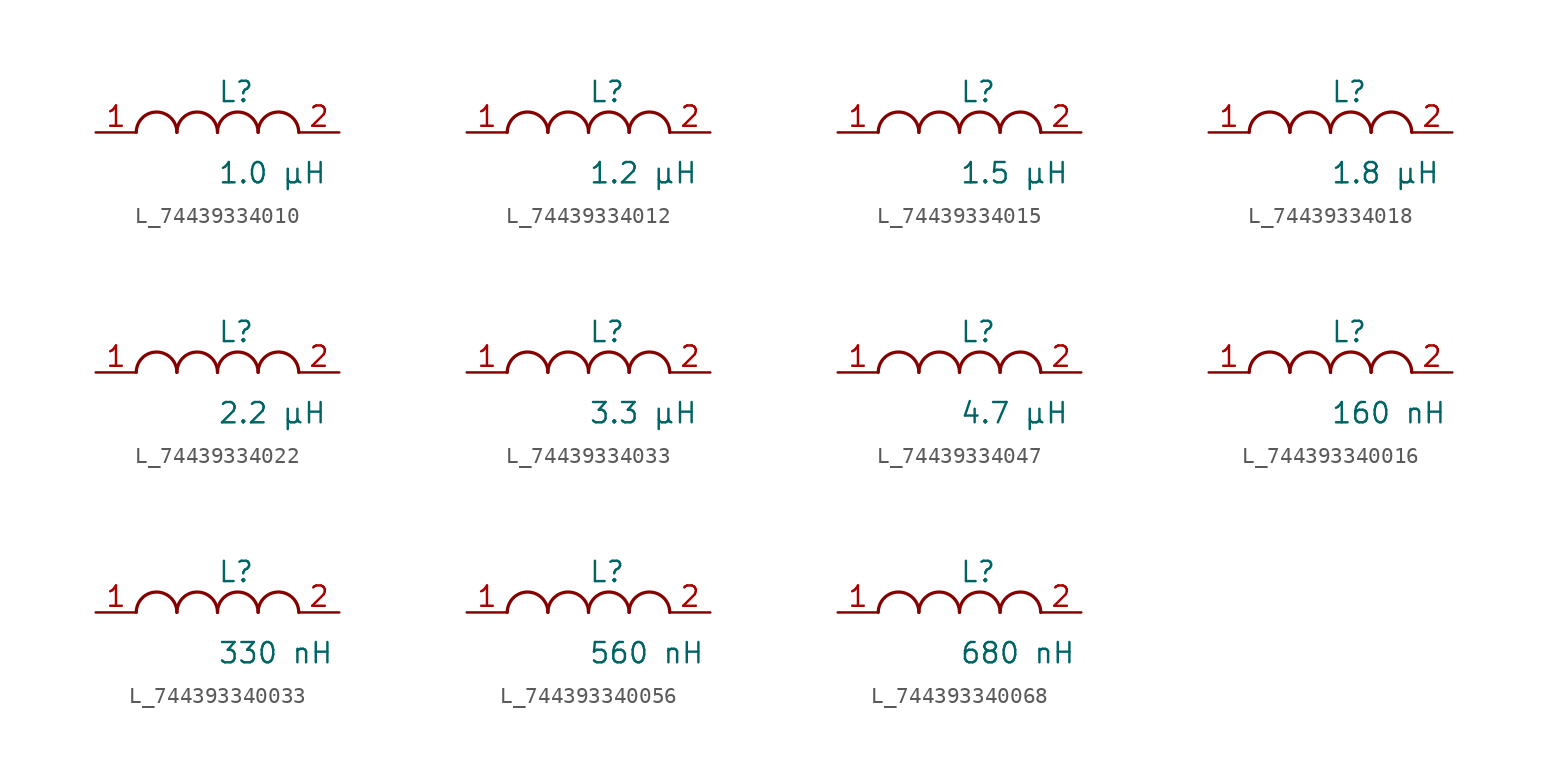
<source format=kicad_sym>
(kicad_symbol_lib
  (version 20231120)
  (generator kicad_symbol_editor)
  (generator_version 8.0)
  (symbol "L_74439334010"
    (pin_names
      (offset 0.254))
    (property "Reference" "L"
      (at 0 2.54 0)
      (effects (font (size 1.27 1.27)) (justify left)))
    (property "Value" "1.0 µH"
      (at 0 -2.54 0)
      (effects (font (size 1.27 1.27)) (justify left)))
    (symbol "L_74439334010_1_1"
      (arc (start -2.54 0.0056) (mid -3.81 1.27) (end -5.08 0.0056) (stroke (width 0.2032) (type default)) (fill (type none)))
      (arc (start 0 0.0056) (mid -1.27 1.27) (end -2.54 0.0056) (stroke (width 0.2032) (type default)) (fill (type none)))
      (arc (start 2.54 0.0056) (mid 1.27 1.27) (end 0 0.0056) (stroke (width 0.2032) (type default)) (fill (type none)))
      (arc (start 5.08 0.0056) (mid 3.81 1.27) (end 2.54 0.0056) (stroke (width 0.2032) (type default)) (fill (type none)))
      (pin unspecified line (at -7.62 0 0) (length 2.54) (name "" (effects (font (size 1.27 1.27)))) (number "1" (effects (font (size 1.27 1.27)))))
      (pin unspecified line (at 7.62 0 180) (length 2.54) (name "" (effects (font (size 1.27 1.27)))) (number "2" (effects (font (size 1.27 1.27)))))))
  (symbol "L_74439334012"
    (pin_names
      (offset 0.254))
    (property "Reference" "L"
      (at 0 2.54 0)
      (effects (font (size 1.27 1.27)) (justify left)))
    (property "Value" "1.2 µH"
      (at 0 -2.54 0)
      (effects (font (size 1.27 1.27)) (justify left)))
    (symbol "L_74439334012_1_1"
      (arc (start -2.54 0.0056) (mid -3.81 1.27) (end -5.08 0.0056) (stroke (width 0.2032) (type default)) (fill (type none)))
      (arc (start 0 0.0056) (mid -1.27 1.27) (end -2.54 0.0056) (stroke (width 0.2032) (type default)) (fill (type none)))
      (arc (start 2.54 0.0056) (mid 1.27 1.27) (end 0 0.0056) (stroke (width 0.2032) (type default)) (fill (type none)))
      (arc (start 5.08 0.0056) (mid 3.81 1.27) (end 2.54 0.0056) (stroke (width 0.2032) (type default)) (fill (type none)))
      (pin unspecified line (at -7.62 0 0) (length 2.54) (name "" (effects (font (size 1.27 1.27)))) (number "1" (effects (font (size 1.27 1.27)))))
      (pin unspecified line (at 7.62 0 180) (length 2.54) (name "" (effects (font (size 1.27 1.27)))) (number "2" (effects (font (size 1.27 1.27)))))))
  (symbol "L_74439334015"
    (pin_names
      (offset 0.254))
    (property "Reference" "L"
      (at 0 2.54 0)
      (effects (font (size 1.27 1.27)) (justify left)))
    (property "Value" "1.5 µH"
      (at 0 -2.54 0)
      (effects (font (size 1.27 1.27)) (justify left)))
    (symbol "L_74439334015_1_1"
      (arc (start -2.54 0.0056) (mid -3.81 1.27) (end -5.08 0.0056) (stroke (width 0.2032) (type default)) (fill (type none)))
      (arc (start 0 0.0056) (mid -1.27 1.27) (end -2.54 0.0056) (stroke (width 0.2032) (type default)) (fill (type none)))
      (arc (start 2.54 0.0056) (mid 1.27 1.27) (end 0 0.0056) (stroke (width 0.2032) (type default)) (fill (type none)))
      (arc (start 5.08 0.0056) (mid 3.81 1.27) (end 2.54 0.0056) (stroke (width 0.2032) (type default)) (fill (type none)))
      (pin unspecified line (at -7.62 0 0) (length 2.54) (name "" (effects (font (size 1.27 1.27)))) (number "1" (effects (font (size 1.27 1.27)))))
      (pin unspecified line (at 7.62 0 180) (length 2.54) (name "" (effects (font (size 1.27 1.27)))) (number "2" (effects (font (size 1.27 1.27)))))))
  (symbol "L_74439334018"
    (pin_names
      (offset 0.254))
    (property "Reference" "L"
      (at 0 2.54 0)
      (effects (font (size 1.27 1.27)) (justify left)))
    (property "Value" "1.8 µH"
      (at 0 -2.54 0)
      (effects (font (size 1.27 1.27)) (justify left)))
    (symbol "L_74439334018_1_1"
      (arc (start -2.54 0.0056) (mid -3.81 1.27) (end -5.08 0.0056) (stroke (width 0.2032) (type default)) (fill (type none)))
      (arc (start 0 0.0056) (mid -1.27 1.27) (end -2.54 0.0056) (stroke (width 0.2032) (type default)) (fill (type none)))
      (arc (start 2.54 0.0056) (mid 1.27 1.27) (end 0 0.0056) (stroke (width 0.2032) (type default)) (fill (type none)))
      (arc (start 5.08 0.0056) (mid 3.81 1.27) (end 2.54 0.0056) (stroke (width 0.2032) (type default)) (fill (type none)))
      (pin unspecified line (at -7.62 0 0) (length 2.54) (name "" (effects (font (size 1.27 1.27)))) (number "1" (effects (font (size 1.27 1.27)))))
      (pin unspecified line (at 7.62 0 180) (length 2.54) (name "" (effects (font (size 1.27 1.27)))) (number "2" (effects (font (size 1.27 1.27)))))))
  (symbol "L_74439334022"
    (pin_names
      (offset 0.254))
    (property "Reference" "L"
      (at 0 2.54 0)
      (effects (font (size 1.27 1.27)) (justify left)))
    (property "Value" "2.2 µH"
      (at 0 -2.54 0)
      (effects (font (size 1.27 1.27)) (justify left)))
    (symbol "L_74439334022_1_1"
      (arc (start -2.54 0.0056) (mid -3.81 1.27) (end -5.08 0.0056) (stroke (width 0.2032) (type default)) (fill (type none)))
      (arc (start 0 0.0056) (mid -1.27 1.27) (end -2.54 0.0056) (stroke (width 0.2032) (type default)) (fill (type none)))
      (arc (start 2.54 0.0056) (mid 1.27 1.27) (end 0 0.0056) (stroke (width 0.2032) (type default)) (fill (type none)))
      (arc (start 5.08 0.0056) (mid 3.81 1.27) (end 2.54 0.0056) (stroke (width 0.2032) (type default)) (fill (type none)))
      (pin unspecified line (at -7.62 0 0) (length 2.54) (name "" (effects (font (size 1.27 1.27)))) (number "1" (effects (font (size 1.27 1.27)))))
      (pin unspecified line (at 7.62 0 180) (length 2.54) (name "" (effects (font (size 1.27 1.27)))) (number "2" (effects (font (size 1.27 1.27)))))))
  (symbol "L_74439334033"
    (pin_names
      (offset 0.254))
    (property "Reference" "L"
      (at 0 2.54 0)
      (effects (font (size 1.27 1.27)) (justify left)))
    (property "Value" "3.3 µH"
      (at 0 -2.54 0)
      (effects (font (size 1.27 1.27)) (justify left)))
    (symbol "L_74439334033_1_1"
      (arc (start -2.54 0.0056) (mid -3.81 1.27) (end -5.08 0.0056) (stroke (width 0.2032) (type default)) (fill (type none)))
      (arc (start 0 0.0056) (mid -1.27 1.27) (end -2.54 0.0056) (stroke (width 0.2032) (type default)) (fill (type none)))
      (arc (start 2.54 0.0056) (mid 1.27 1.27) (end 0 0.0056) (stroke (width 0.2032) (type default)) (fill (type none)))
      (arc (start 5.08 0.0056) (mid 3.81 1.27) (end 2.54 0.0056) (stroke (width 0.2032) (type default)) (fill (type none)))
      (pin unspecified line (at -7.62 0 0) (length 2.54) (name "" (effects (font (size 1.27 1.27)))) (number "1" (effects (font (size 1.27 1.27)))))
      (pin unspecified line (at 7.62 0 180) (length 2.54) (name "" (effects (font (size 1.27 1.27)))) (number "2" (effects (font (size 1.27 1.27)))))))
  (symbol "L_74439334047"
    (pin_names
      (offset 0.254))
    (property "Reference" "L"
      (at 0 2.54 0)
      (effects (font (size 1.27 1.27)) (justify left)))
    (property "Value" "4.7 µH"
      (at 0 -2.54 0)
      (effects (font (size 1.27 1.27)) (justify left)))
    (symbol "L_74439334047_1_1"
      (arc (start -2.54 0.0056) (mid -3.81 1.27) (end -5.08 0.0056) (stroke (width 0.2032) (type default)) (fill (type none)))
      (arc (start 0 0.0056) (mid -1.27 1.27) (end -2.54 0.0056) (stroke (width 0.2032) (type default)) (fill (type none)))
      (arc (start 2.54 0.0056) (mid 1.27 1.27) (end 0 0.0056) (stroke (width 0.2032) (type default)) (fill (type none)))
      (arc (start 5.08 0.0056) (mid 3.81 1.27) (end 2.54 0.0056) (stroke (width 0.2032) (type default)) (fill (type none)))
      (pin unspecified line (at -7.62 0 0) (length 2.54) (name "" (effects (font (size 1.27 1.27)))) (number "1" (effects (font (size 1.27 1.27)))))
      (pin unspecified line (at 7.62 0 180) (length 2.54) (name "" (effects (font (size 1.27 1.27)))) (number "2" (effects (font (size 1.27 1.27)))))))
  (symbol "L_744393340016"
    (pin_names
      (offset 0.254))
    (property "Reference" "L"
      (at 0 2.54 0)
      (effects (font (size 1.27 1.27)) (justify left)))
    (property "Value" "160 nH"
      (at 0 -2.54 0)
      (effects (font (size 1.27 1.27)) (justify left)))
    (symbol "L_744393340016_1_1"
      (arc (start -2.54 0.0056) (mid -3.81 1.27) (end -5.08 0.0056) (stroke (width 0.2032) (type default)) (fill (type none)))
      (arc (start 0 0.0056) (mid -1.27 1.27) (end -2.54 0.0056) (stroke (width 0.2032) (type default)) (fill (type none)))
      (arc (start 2.54 0.0056) (mid 1.27 1.27) (end 0 0.0056) (stroke (width 0.2032) (type default)) (fill (type none)))
      (arc (start 5.08 0.0056) (mid 3.81 1.27) (end 2.54 0.0056) (stroke (width 0.2032) (type default)) (fill (type none)))
      (pin unspecified line (at -7.62 0 0) (length 2.54) (name "" (effects (font (size 1.27 1.27)))) (number "1" (effects (font (size 1.27 1.27)))))
      (pin unspecified line (at 7.62 0 180) (length 2.54) (name "" (effects (font (size 1.27 1.27)))) (number "2" (effects (font (size 1.27 1.27)))))))
  (symbol "L_744393340033"
    (pin_names
      (offset 0.254))
    (property "Reference" "L"
      (at 0 2.54 0)
      (effects (font (size 1.27 1.27)) (justify left)))
    (property "Value" "330 nH"
      (at 0 -2.54 0)
      (effects (font (size 1.27 1.27)) (justify left)))
    (symbol "L_744393340033_1_1"
      (arc (start -2.54 0.0056) (mid -3.81 1.27) (end -5.08 0.0056) (stroke (width 0.2032) (type default)) (fill (type none)))
      (arc (start 0 0.0056) (mid -1.27 1.27) (end -2.54 0.0056) (stroke (width 0.2032) (type default)) (fill (type none)))
      (arc (start 2.54 0.0056) (mid 1.27 1.27) (end 0 0.0056) (stroke (width 0.2032) (type default)) (fill (type none)))
      (arc (start 5.08 0.0056) (mid 3.81 1.27) (end 2.54 0.0056) (stroke (width 0.2032) (type default)) (fill (type none)))
      (pin unspecified line (at -7.62 0 0) (length 2.54) (name "" (effects (font (size 1.27 1.27)))) (number "1" (effects (font (size 1.27 1.27)))))
      (pin unspecified line (at 7.62 0 180) (length 2.54) (name "" (effects (font (size 1.27 1.27)))) (number "2" (effects (font (size 1.27 1.27)))))))
  (symbol "L_744393340056"
    (pin_names
      (offset 0.254))
    (property "Reference" "L"
      (at 0 2.54 0)
      (effects (font (size 1.27 1.27)) (justify left)))
    (property "Value" "560 nH"
      (at 0 -2.54 0)
      (effects (font (size 1.27 1.27)) (justify left)))
    (symbol "L_744393340056_1_1"
      (arc (start -2.54 0.0056) (mid -3.81 1.27) (end -5.08 0.0056) (stroke (width 0.2032) (type default)) (fill (type none)))
      (arc (start 0 0.0056) (mid -1.27 1.27) (end -2.54 0.0056) (stroke (width 0.2032) (type default)) (fill (type none)))
      (arc (start 2.54 0.0056) (mid 1.27 1.27) (end 0 0.0056) (stroke (width 0.2032) (type default)) (fill (type none)))
      (arc (start 5.08 0.0056) (mid 3.81 1.27) (end 2.54 0.0056) (stroke (width 0.2032) (type default)) (fill (type none)))
      (pin unspecified line (at -7.62 0 0) (length 2.54) (name "" (effects (font (size 1.27 1.27)))) (number "1" (effects (font (size 1.27 1.27)))))
      (pin unspecified line (at 7.62 0 180) (length 2.54) (name "" (effects (font (size 1.27 1.27)))) (number "2" (effects (font (size 1.27 1.27)))))))
  (symbol "L_744393340068"
    (pin_names
      (offset 0.254))
    (property "Reference" "L"
      (at 0 2.54 0)
      (effects (font (size 1.27 1.27)) (justify left)))
    (property "Value" "680 nH"
      (at 0 -2.54 0)
      (effects (font (size 1.27 1.27)) (justify left)))
    (symbol "L_744393340068_1_1"
      (arc (start -2.54 0.0056) (mid -3.81 1.27) (end -5.08 0.0056) (stroke (width 0.2032) (type default)) (fill (type none)))
      (arc (start 0 0.0056) (mid -1.27 1.27) (end -2.54 0.0056) (stroke (width 0.2032) (type default)) (fill (type none)))
      (arc (start 2.54 0.0056) (mid 1.27 1.27) (end 0 0.0056) (stroke (width 0.2032) (type default)) (fill (type none)))
      (arc (start 5.08 0.0056) (mid 3.81 1.27) (end 2.54 0.0056) (stroke (width 0.2032) (type default)) (fill (type none)))
      (pin unspecified line (at -7.62 0 0) (length 2.54) (name "" (effects (font (size 1.27 1.27)))) (number "1" (effects (font (size 1.27 1.27)))))
      (pin unspecified line (at 7.62 0 180) (length 2.54) (name "" (effects (font (size 1.27 1.27)))) (number "2" (effects (font (size 1.27 1.27))))))))
</source>
